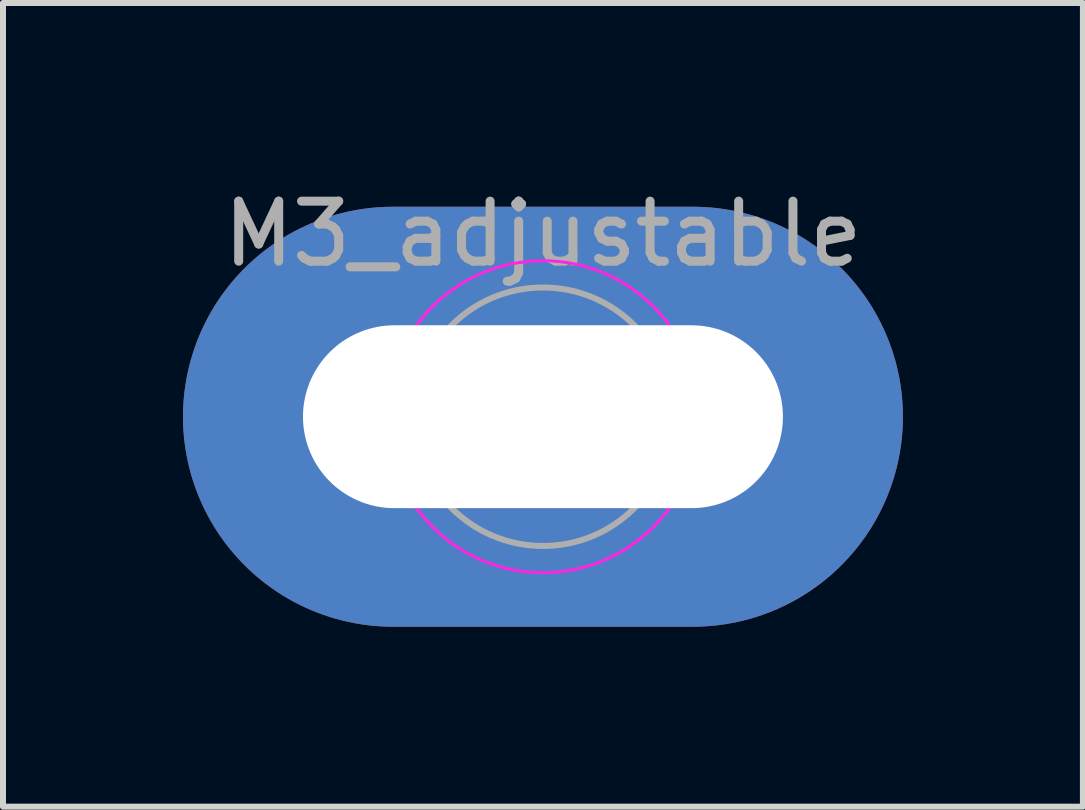
<source format=kicad_pcb>
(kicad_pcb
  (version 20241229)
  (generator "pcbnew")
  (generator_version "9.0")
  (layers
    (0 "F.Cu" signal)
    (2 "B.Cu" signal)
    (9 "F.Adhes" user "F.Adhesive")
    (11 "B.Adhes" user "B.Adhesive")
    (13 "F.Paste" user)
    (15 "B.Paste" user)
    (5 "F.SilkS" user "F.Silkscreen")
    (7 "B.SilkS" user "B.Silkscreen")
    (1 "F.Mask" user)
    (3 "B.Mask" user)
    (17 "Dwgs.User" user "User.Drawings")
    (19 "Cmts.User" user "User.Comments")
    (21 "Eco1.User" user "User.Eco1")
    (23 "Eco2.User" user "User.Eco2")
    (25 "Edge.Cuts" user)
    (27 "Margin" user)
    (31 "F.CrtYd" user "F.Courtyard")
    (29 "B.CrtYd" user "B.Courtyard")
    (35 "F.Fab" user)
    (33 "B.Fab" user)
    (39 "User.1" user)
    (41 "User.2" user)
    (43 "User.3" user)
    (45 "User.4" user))
  (footprint "M3_adjustable"
    (layer "F.Cu")
    (at 6 3.896)
    (property "Reference" "M3_adjustable" (at 0 -3.048 0) (layer "F.Fab") (effects (font (size 1 1) (thickness 0.15))))
    (attr through_hole)
    (fp_circle (center 0 0) (end 2.6 0) (stroke (width 0.05) (type solid)) (fill no) (layer "F.CrtYd"))
    (fp_circle (center 0 0) (end 2 0.8) (stroke (width 0.1) (type solid)) (fill no) (layer "F.Fab"))
    (pad "1" thru_hole oval (at 0 0) (size 12 7) (drill oval 8 3.048) (layers "*.Cu" "*.Mask")))
  (gr_rect
    (start -3 -3)
    (end 15 10.396)
    (stroke (width 0.1) (type default))
    (fill no)
    (layer "Edge.Cuts")))
</source>
